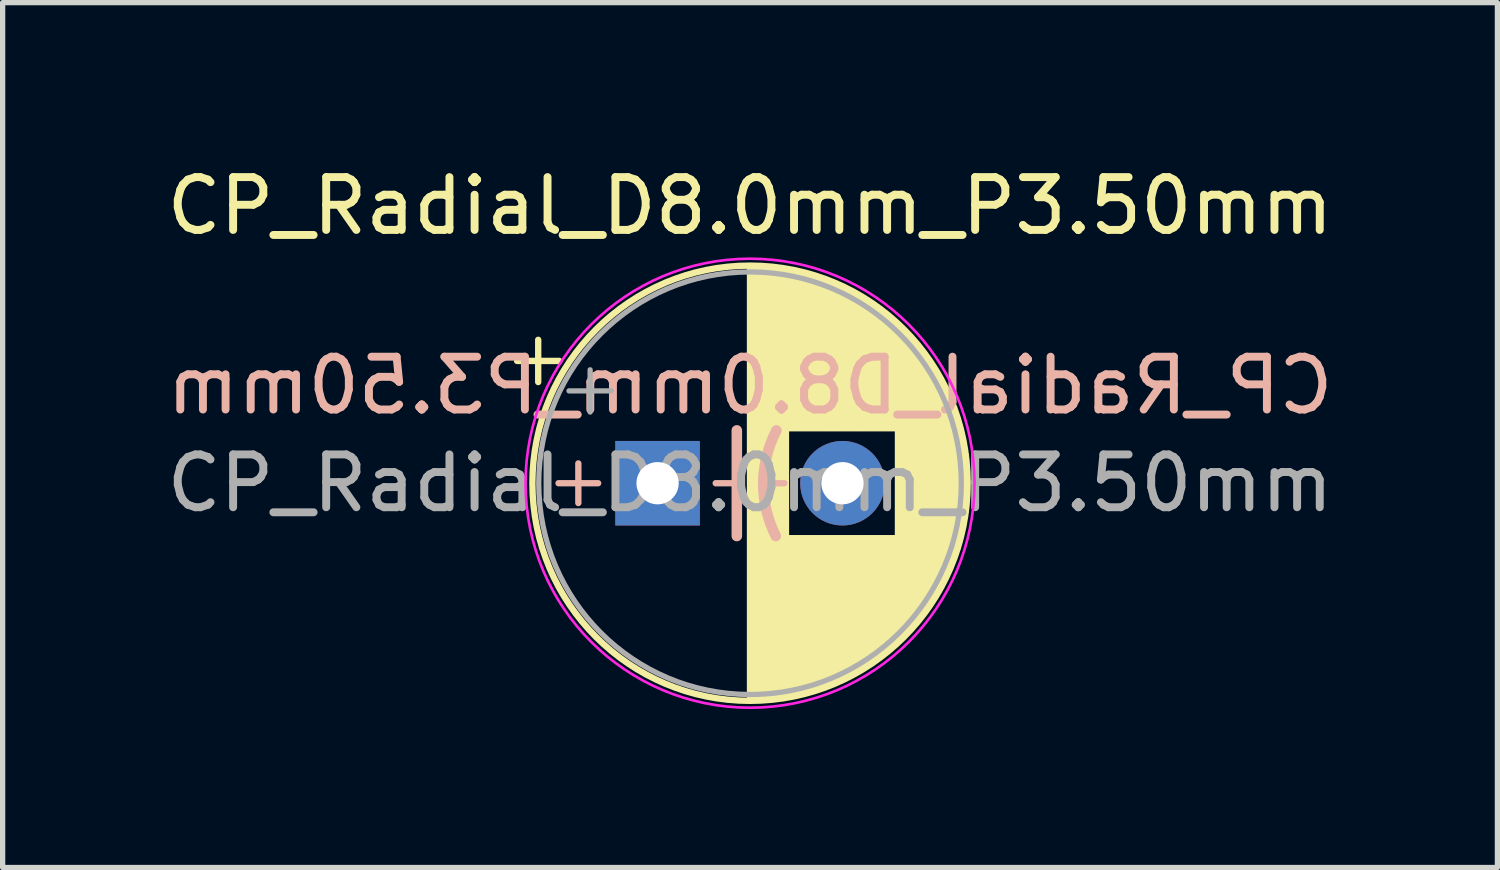
<source format=kicad_pcb>
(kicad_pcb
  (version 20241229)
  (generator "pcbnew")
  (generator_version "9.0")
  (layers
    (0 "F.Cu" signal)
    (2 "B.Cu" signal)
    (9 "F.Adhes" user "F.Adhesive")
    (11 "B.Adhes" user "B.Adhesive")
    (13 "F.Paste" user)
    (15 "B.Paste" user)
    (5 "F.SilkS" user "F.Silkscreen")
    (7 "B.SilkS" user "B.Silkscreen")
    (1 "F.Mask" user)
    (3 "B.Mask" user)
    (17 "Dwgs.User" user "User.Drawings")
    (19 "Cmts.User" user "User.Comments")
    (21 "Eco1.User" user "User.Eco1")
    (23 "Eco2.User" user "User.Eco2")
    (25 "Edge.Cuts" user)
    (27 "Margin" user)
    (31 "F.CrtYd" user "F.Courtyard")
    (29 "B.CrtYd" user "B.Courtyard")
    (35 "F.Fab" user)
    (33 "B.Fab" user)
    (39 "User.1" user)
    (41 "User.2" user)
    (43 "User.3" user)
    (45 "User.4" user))
  (footprint "CP_Radial_D8.0mm_P3.50mm"
    (layer "F.Cu")
    (at 9.399 6.098)
    (property "Reference" "CP_Radial_D8.0mm_P3.50mm" (at 1.75 -5.25 0) (layer "F.SilkS") (effects (font (size 1 1) (thickness 0.15))))
    (fp_line (start -2.66 -2.315) (end -1.86 -2.315) (stroke (width 0.12) (type solid)) (layer "F.SilkS"))
    (fp_line (start -2.26 -2.715) (end -2.26 -1.915) (stroke (width 0.12) (type solid)) (layer "F.SilkS"))
    (fp_line (start 1.75 -4.08) (end 1.75 4.08) (stroke (width 0.12) (type solid)) (layer "F.SilkS"))
    (fp_line (start 1.79 -4.08) (end 1.79 4.08) (stroke (width 0.12) (type solid)) (layer "F.SilkS"))
    (fp_line (start 1.83 -4.08) (end 1.83 4.08) (stroke (width 0.12) (type solid)) (layer "F.SilkS"))
    (fp_line (start 1.87 -4.079) (end 1.87 4.079) (stroke (width 0.12) (type solid)) (layer "F.SilkS"))
    (fp_line (start 1.91 -4.077) (end 1.91 4.077) (stroke (width 0.12) (type solid)) (layer "F.SilkS"))
    (fp_line (start 1.95 -4.076) (end 1.95 4.076) (stroke (width 0.12) (type solid)) (layer "F.SilkS"))
    (fp_line (start 1.99 -4.074) (end 1.99 4.074) (stroke (width 0.12) (type solid)) (layer "F.SilkS"))
    (fp_line (start 2.03 -4.071) (end 2.03 4.071) (stroke (width 0.12) (type solid)) (layer "F.SilkS"))
    (fp_line (start 2.07 -4.068) (end 2.07 4.068) (stroke (width 0.12) (type solid)) (layer "F.SilkS"))
    (fp_line (start 2.11 -4.065) (end 2.11 4.065) (stroke (width 0.12) (type solid)) (layer "F.SilkS"))
    (fp_line (start 2.15 -4.061) (end 2.15 4.061) (stroke (width 0.12) (type solid)) (layer "F.SilkS"))
    (fp_line (start 2.19 -4.057) (end 2.19 4.057) (stroke (width 0.12) (type solid)) (layer "F.SilkS"))
    (fp_line (start 2.23 -4.052) (end 2.23 4.052) (stroke (width 0.12) (type solid)) (layer "F.SilkS"))
    (fp_line (start 2.27 -4.048) (end 2.27 4.048) (stroke (width 0.12) (type solid)) (layer "F.SilkS"))
    (fp_line (start 2.31 -4.042) (end 2.31 4.042) (stroke (width 0.12) (type solid)) (layer "F.SilkS"))
    (fp_line (start 2.35 -4.037) (end 2.35 4.037) (stroke (width 0.12) (type solid)) (layer "F.SilkS"))
    (fp_line (start 2.39 -4.03) (end 2.39 4.03) (stroke (width 0.12) (type solid)) (layer "F.SilkS"))
    (fp_line (start 2.43 -4.024) (end 2.43 4.024) (stroke (width 0.12) (type solid)) (layer "F.SilkS"))
    (fp_line (start 2.471 -4.017) (end 2.471 -1.04) (stroke (width 0.12) (type solid)) (layer "F.SilkS"))
    (fp_line (start 2.471 1.04) (end 2.471 4.017) (stroke (width 0.12) (type solid)) (layer "F.SilkS"))
    (fp_line (start 2.511 -4.01) (end 2.511 -1.04) (stroke (width 0.12) (type solid)) (layer "F.SilkS"))
    (fp_line (start 2.511 1.04) (end 2.511 4.01) (stroke (width 0.12) (type solid)) (layer "F.SilkS"))
    (fp_line (start 2.551 -4.002) (end 2.551 -1.04) (stroke (width 0.12) (type solid)) (layer "F.SilkS"))
    (fp_line (start 2.551 1.04) (end 2.551 4.002) (stroke (width 0.12) (type solid)) (layer "F.SilkS"))
    (fp_line (start 2.591 -3.994) (end 2.591 -1.04) (stroke (width 0.12) (type solid)) (layer "F.SilkS"))
    (fp_line (start 2.591 1.04) (end 2.591 3.994) (stroke (width 0.12) (type solid)) (layer "F.SilkS"))
    (fp_line (start 2.631 -3.985) (end 2.631 -1.04) (stroke (width 0.12) (type solid)) (layer "F.SilkS"))
    (fp_line (start 2.631 1.04) (end 2.631 3.985) (stroke (width 0.12) (type solid)) (layer "F.SilkS"))
    (fp_line (start 2.671 -3.976) (end 2.671 -1.04) (stroke (width 0.12) (type solid)) (layer "F.SilkS"))
    (fp_line (start 2.671 1.04) (end 2.671 3.976) (stroke (width 0.12) (type solid)) (layer "F.SilkS"))
    (fp_line (start 2.711 -3.967) (end 2.711 -1.04) (stroke (width 0.12) (type solid)) (layer "F.SilkS"))
    (fp_line (start 2.711 1.04) (end 2.711 3.967) (stroke (width 0.12) (type solid)) (layer "F.SilkS"))
    (fp_line (start 2.751 -3.957) (end 2.751 -1.04) (stroke (width 0.12) (type solid)) (layer "F.SilkS"))
    (fp_line (start 2.751 1.04) (end 2.751 3.957) (stroke (width 0.12) (type solid)) (layer "F.SilkS"))
    (fp_line (start 2.791 -3.947) (end 2.791 -1.04) (stroke (width 0.12) (type solid)) (layer "F.SilkS"))
    (fp_line (start 2.791 1.04) (end 2.791 3.947) (stroke (width 0.12) (type solid)) (layer "F.SilkS"))
    (fp_line (start 2.831 -3.936) (end 2.831 -1.04) (stroke (width 0.12) (type solid)) (layer "F.SilkS"))
    (fp_line (start 2.831 1.04) (end 2.831 3.936) (stroke (width 0.12) (type solid)) (layer "F.SilkS"))
    (fp_line (start 2.871 -3.925) (end 2.871 -1.04) (stroke (width 0.12) (type solid)) (layer "F.SilkS"))
    (fp_line (start 2.871 1.04) (end 2.871 3.925) (stroke (width 0.12) (type solid)) (layer "F.SilkS"))
    (fp_line (start 2.911 -3.914) (end 2.911 -1.04) (stroke (width 0.12) (type solid)) (layer "F.SilkS"))
    (fp_line (start 2.911 1.04) (end 2.911 3.914) (stroke (width 0.12) (type solid)) (layer "F.SilkS"))
    (fp_line (start 2.951 -3.902) (end 2.951 -1.04) (stroke (width 0.12) (type solid)) (layer "F.SilkS"))
    (fp_line (start 2.951 1.04) (end 2.951 3.902) (stroke (width 0.12) (type solid)) (layer "F.SilkS"))
    (fp_line (start 2.991 -3.889) (end 2.991 -1.04) (stroke (width 0.12) (type solid)) (layer "F.SilkS"))
    (fp_line (start 2.991 1.04) (end 2.991 3.889) (stroke (width 0.12) (type solid)) (layer "F.SilkS"))
    (fp_line (start 3.031 -3.877) (end 3.031 -1.04) (stroke (width 0.12) (type solid)) (layer "F.SilkS"))
    (fp_line (start 3.031 1.04) (end 3.031 3.877) (stroke (width 0.12) (type solid)) (layer "F.SilkS"))
    (fp_line (start 3.071 -3.863) (end 3.071 -1.04) (stroke (width 0.12) (type solid)) (layer "F.SilkS"))
    (fp_line (start 3.071 1.04) (end 3.071 3.863) (stroke (width 0.12) (type solid)) (layer "F.SilkS"))
    (fp_line (start 3.111 -3.85) (end 3.111 -1.04) (stroke (width 0.12) (type solid)) (layer "F.SilkS"))
    (fp_line (start 3.111 1.04) (end 3.111 3.85) (stroke (width 0.12) (type solid)) (layer "F.SilkS"))
    (fp_line (start 3.151 -3.835) (end 3.151 -1.04) (stroke (width 0.12) (type solid)) (layer "F.SilkS"))
    (fp_line (start 3.151 1.04) (end 3.151 3.835) (stroke (width 0.12) (type solid)) (layer "F.SilkS"))
    (fp_line (start 3.191 -3.821) (end 3.191 -1.04) (stroke (width 0.12) (type solid)) (layer "F.SilkS"))
    (fp_line (start 3.191 1.04) (end 3.191 3.821) (stroke (width 0.12) (type solid)) (layer "F.SilkS"))
    (fp_line (start 3.231 -3.805) (end 3.231 -1.04) (stroke (width 0.12) (type solid)) (layer "F.SilkS"))
    (fp_line (start 3.231 1.04) (end 3.231 3.805) (stroke (width 0.12) (type solid)) (layer "F.SilkS"))
    (fp_line (start 3.271 -3.79) (end 3.271 -1.04) (stroke (width 0.12) (type solid)) (layer "F.SilkS"))
    (fp_line (start 3.271 1.04) (end 3.271 3.79) (stroke (width 0.12) (type solid)) (layer "F.SilkS"))
    (fp_line (start 3.311 -3.774) (end 3.311 -1.04) (stroke (width 0.12) (type solid)) (layer "F.SilkS"))
    (fp_line (start 3.311 1.04) (end 3.311 3.774) (stroke (width 0.12) (type solid)) (layer "F.SilkS"))
    (fp_line (start 3.351 -3.757) (end 3.351 -1.04) (stroke (width 0.12) (type solid)) (layer "F.SilkS"))
    (fp_line (start 3.351 1.04) (end 3.351 3.757) (stroke (width 0.12) (type solid)) (layer "F.SilkS"))
    (fp_line (start 3.391 -3.74) (end 3.391 -1.04) (stroke (width 0.12) (type solid)) (layer "F.SilkS"))
    (fp_line (start 3.391 1.04) (end 3.391 3.74) (stroke (width 0.12) (type solid)) (layer "F.SilkS"))
    (fp_line (start 3.431 -3.722) (end 3.431 -1.04) (stroke (width 0.12) (type solid)) (layer "F.SilkS"))
    (fp_line (start 3.431 1.04) (end 3.431 3.722) (stroke (width 0.12) (type solid)) (layer "F.SilkS"))
    (fp_line (start 3.471 -3.704) (end 3.471 -1.04) (stroke (width 0.12) (type solid)) (layer "F.SilkS"))
    (fp_line (start 3.471 1.04) (end 3.471 3.704) (stroke (width 0.12) (type solid)) (layer "F.SilkS"))
    (fp_line (start 3.511 -3.686) (end 3.511 -1.04) (stroke (width 0.12) (type solid)) (layer "F.SilkS"))
    (fp_line (start 3.511 1.04) (end 3.511 3.686) (stroke (width 0.12) (type solid)) (layer "F.SilkS"))
    (fp_line (start 3.551 -3.666) (end 3.551 -1.04) (stroke (width 0.12) (type solid)) (layer "F.SilkS"))
    (fp_line (start 3.551 1.04) (end 3.551 3.666) (stroke (width 0.12) (type solid)) (layer "F.SilkS"))
    (fp_line (start 3.591 -3.647) (end 3.591 -1.04) (stroke (width 0.12) (type solid)) (layer "F.SilkS"))
    (fp_line (start 3.591 1.04) (end 3.591 3.647) (stroke (width 0.12) (type solid)) (layer "F.SilkS"))
    (fp_line (start 3.631 -3.627) (end 3.631 -1.04) (stroke (width 0.12) (type solid)) (layer "F.SilkS"))
    (fp_line (start 3.631 1.04) (end 3.631 3.627) (stroke (width 0.12) (type solid)) (layer "F.SilkS"))
    (fp_line (start 3.671 -3.606) (end 3.671 -1.04) (stroke (width 0.12) (type solid)) (layer "F.SilkS"))
    (fp_line (start 3.671 1.04) (end 3.671 3.606) (stroke (width 0.12) (type solid)) (layer "F.SilkS"))
    (fp_line (start 3.711 -3.584) (end 3.711 -1.04) (stroke (width 0.12) (type solid)) (layer "F.SilkS"))
    (fp_line (start 3.711 1.04) (end 3.711 3.584) (stroke (width 0.12) (type solid)) (layer "F.SilkS"))
    (fp_line (start 3.751 -3.562) (end 3.751 -1.04) (stroke (width 0.12) (type solid)) (layer "F.SilkS"))
    (fp_line (start 3.751 1.04) (end 3.751 3.562) (stroke (width 0.12) (type solid)) (layer "F.SilkS"))
    (fp_line (start 3.791 -3.54) (end 3.791 -1.04) (stroke (width 0.12) (type solid)) (layer "F.SilkS"))
    (fp_line (start 3.791 1.04) (end 3.791 3.54) (stroke (width 0.12) (type solid)) (layer "F.SilkS"))
    (fp_line (start 3.831 -3.517) (end 3.831 -1.04) (stroke (width 0.12) (type solid)) (layer "F.SilkS"))
    (fp_line (start 3.831 1.04) (end 3.831 3.517) (stroke (width 0.12) (type solid)) (layer "F.SilkS"))
    (fp_line (start 3.871 -3.493) (end 3.871 -1.04) (stroke (width 0.12) (type solid)) (layer "F.SilkS"))
    (fp_line (start 3.871 1.04) (end 3.871 3.493) (stroke (width 0.12) (type solid)) (layer "F.SilkS"))
    (fp_line (start 3.911 -3.469) (end 3.911 -1.04) (stroke (width 0.12) (type solid)) (layer "F.SilkS"))
    (fp_line (start 3.911 1.04) (end 3.911 3.469) (stroke (width 0.12) (type solid)) (layer "F.SilkS"))
    (fp_line (start 3.951 -3.444) (end 3.951 -1.04) (stroke (width 0.12) (type solid)) (layer "F.SilkS"))
    (fp_line (start 3.951 1.04) (end 3.951 3.444) (stroke (width 0.12) (type solid)) (layer "F.SilkS"))
    (fp_line (start 3.991 -3.418) (end 3.991 -1.04) (stroke (width 0.12) (type solid)) (layer "F.SilkS"))
    (fp_line (start 3.991 1.04) (end 3.991 3.418) (stroke (width 0.12) (type solid)) (layer "F.SilkS"))
    (fp_line (start 4.031 -3.392) (end 4.031 -1.04) (stroke (width 0.12) (type solid)) (layer "F.SilkS"))
    (fp_line (start 4.031 1.04) (end 4.031 3.392) (stroke (width 0.12) (type solid)) (layer "F.SilkS"))
    (fp_line (start 4.071 -3.365) (end 4.071 -1.04) (stroke (width 0.12) (type solid)) (layer "F.SilkS"))
    (fp_line (start 4.071 1.04) (end 4.071 3.365) (stroke (width 0.12) (type solid)) (layer "F.SilkS"))
    (fp_line (start 4.111 -3.338) (end 4.111 -1.04) (stroke (width 0.12) (type solid)) (layer "F.SilkS"))
    (fp_line (start 4.111 1.04) (end 4.111 3.338) (stroke (width 0.12) (type solid)) (layer "F.SilkS"))
    (fp_line (start 4.151 -3.309) (end 4.151 -1.04) (stroke (width 0.12) (type solid)) (layer "F.SilkS"))
    (fp_line (start 4.151 1.04) (end 4.151 3.309) (stroke (width 0.12) (type solid)) (layer "F.SilkS"))
    (fp_line (start 4.191 -3.28) (end 4.191 -1.04) (stroke (width 0.12) (type solid)) (layer "F.SilkS"))
    (fp_line (start 4.191 1.04) (end 4.191 3.28) (stroke (width 0.12) (type solid)) (layer "F.SilkS"))
    (fp_line (start 4.231 -3.25) (end 4.231 -1.04) (stroke (width 0.12) (type solid)) (layer "F.SilkS"))
    (fp_line (start 4.231 1.04) (end 4.231 3.25) (stroke (width 0.12) (type solid)) (layer "F.SilkS"))
    (fp_line (start 4.271 -3.22) (end 4.271 -1.04) (stroke (width 0.12) (type solid)) (layer "F.SilkS"))
    (fp_line (start 4.271 1.04) (end 4.271 3.22) (stroke (width 0.12) (type solid)) (layer "F.SilkS"))
    (fp_line (start 4.311 -3.189) (end 4.311 -1.04) (stroke (width 0.12) (type solid)) (layer "F.SilkS"))
    (fp_line (start 4.311 1.04) (end 4.311 3.189) (stroke (width 0.12) (type solid)) (layer "F.SilkS"))
    (fp_line (start 4.351 -3.156) (end 4.351 -1.04) (stroke (width 0.12) (type solid)) (layer "F.SilkS"))
    (fp_line (start 4.351 1.04) (end 4.351 3.156) (stroke (width 0.12) (type solid)) (layer "F.SilkS"))
    (fp_line (start 4.391 -3.124) (end 4.391 -1.04) (stroke (width 0.12) (type solid)) (layer "F.SilkS"))
    (fp_line (start 4.391 1.04) (end 4.391 3.124) (stroke (width 0.12) (type solid)) (layer "F.SilkS"))
    (fp_line (start 4.431 -3.09) (end 4.431 -1.04) (stroke (width 0.12) (type solid)) (layer "F.SilkS"))
    (fp_line (start 4.431 1.04) (end 4.431 3.09) (stroke (width 0.12) (type solid)) (layer "F.SilkS"))
    (fp_line (start 4.471 -3.055) (end 4.471 -1.04) (stroke (width 0.12) (type solid)) (layer "F.SilkS"))
    (fp_line (start 4.471 1.04) (end 4.471 3.055) (stroke (width 0.12) (type solid)) (layer "F.SilkS"))
    (fp_line (start 4.511 -3.019) (end 4.511 -1.04) (stroke (width 0.12) (type solid)) (layer "F.SilkS"))
    (fp_line (start 4.511 1.04) (end 4.511 3.019) (stroke (width 0.12) (type solid)) (layer "F.SilkS"))
    (fp_line (start 4.551 -2.983) (end 4.551 2.983) (stroke (width 0.12) (type solid)) (layer "F.SilkS"))
    (fp_line (start 4.591 -2.945) (end 4.591 2.945) (stroke (width 0.12) (type solid)) (layer "F.SilkS"))
    (fp_line (start 4.631 -2.907) (end 4.631 2.907) (stroke (width 0.12) (type solid)) (layer "F.SilkS"))
    (fp_line (start 4.671 -2.867) (end 4.671 2.867) (stroke (width 0.12) (type solid)) (layer "F.SilkS"))
    (fp_line (start 4.711 -2.826) (end 4.711 2.826) (stroke (width 0.12) (type solid)) (layer "F.SilkS"))
    (fp_line (start 4.751 -2.784) (end 4.751 2.784) (stroke (width 0.12) (type solid)) (layer "F.SilkS"))
    (fp_line (start 4.791 -2.741) (end 4.791 2.741) (stroke (width 0.12) (type solid)) (layer "F.SilkS"))
    (fp_line (start 4.831 -2.697) (end 4.831 2.697) (stroke (width 0.12) (type solid)) (layer "F.SilkS"))
    (fp_line (start 4.871 -2.651) (end 4.871 2.651) (stroke (width 0.12) (type solid)) (layer "F.SilkS"))
    (fp_line (start 4.911 -2.604) (end 4.911 2.604) (stroke (width 0.12) (type solid)) (layer "F.SilkS"))
    (fp_line (start 4.951 -2.556) (end 4.951 2.556) (stroke (width 0.12) (type solid)) (layer "F.SilkS"))
    (fp_line (start 4.991 -2.505) (end 4.991 2.505) (stroke (width 0.12) (type solid)) (layer "F.SilkS"))
    (fp_line (start 5.031 -2.454) (end 5.031 2.454) (stroke (width 0.12) (type solid)) (layer "F.SilkS"))
    (fp_line (start 5.071 -2.4) (end 5.071 2.4) (stroke (width 0.12) (type solid)) (layer "F.SilkS"))
    (fp_line (start 5.111 -2.345) (end 5.111 2.345) (stroke (width 0.12) (type solid)) (layer "F.SilkS"))
    (fp_line (start 5.151 -2.287) (end 5.151 2.287) (stroke (width 0.12) (type solid)) (layer "F.SilkS"))
    (fp_line (start 5.191 -2.228) (end 5.191 2.228) (stroke (width 0.12) (type solid)) (layer "F.SilkS"))
    (fp_line (start 5.231 -2.166) (end 5.231 2.166) (stroke (width 0.12) (type solid)) (layer "F.SilkS"))
    (fp_line (start 5.271 -2.102) (end 5.271 2.102) (stroke (width 0.12) (type solid)) (layer "F.SilkS"))
    (fp_line (start 5.311 -2.034) (end 5.311 2.034) (stroke (width 0.12) (type solid)) (layer "F.SilkS"))
    (fp_line (start 5.351 -1.964) (end 5.351 1.964) (stroke (width 0.12) (type solid)) (layer "F.SilkS"))
    (fp_line (start 5.391 -1.89) (end 5.391 1.89) (stroke (width 0.12) (type solid)) (layer "F.SilkS"))
    (fp_line (start 5.431 -1.813) (end 5.431 1.813) (stroke (width 0.12) (type solid)) (layer "F.SilkS"))
    (fp_line (start 5.471 -1.731) (end 5.471 1.731) (stroke (width 0.12) (type solid)) (layer "F.SilkS"))
    (fp_line (start 5.511 -1.645) (end 5.511 1.645) (stroke (width 0.12) (type solid)) (layer "F.SilkS"))
    (fp_line (start 5.551 -1.552) (end 5.551 1.552) (stroke (width 0.12) (type solid)) (layer "F.SilkS"))
    (fp_line (start 5.591 -1.453) (end 5.591 1.453) (stroke (width 0.12) (type solid)) (layer "F.SilkS"))
    (fp_line (start 5.631 -1.346) (end 5.631 1.346) (stroke (width 0.12) (type solid)) (layer "F.SilkS"))
    (fp_line (start 5.671 -1.229) (end 5.671 1.229) (stroke (width 0.12) (type solid)) (layer "F.SilkS"))
    (fp_line (start 5.711 -1.098) (end 5.711 1.098) (stroke (width 0.12) (type solid)) (layer "F.SilkS"))
    (fp_line (start 5.751 -0.948) (end 5.751 0.948) (stroke (width 0.12) (type solid)) (layer "F.SilkS"))
    (fp_line (start 5.791 -0.768) (end 5.791 0.768) (stroke (width 0.12) (type solid)) (layer "F.SilkS"))
    (fp_line (start 5.831 -0.533) (end 5.831 0.533) (stroke (width 0.12) (type solid)) (layer "F.SilkS"))
    (fp_circle (center 1.75 0) (end 5.87 0) (stroke (width 0.12) (type solid)) (fill no) (layer "F.SilkS"))
    (fp_line (start -1.5 -0.375) (end -1.5 0.375) (stroke (width 0.12) (type solid)) (layer "B.SilkS"))
    (fp_line (start -1.125 0) (end -1.875 0) (stroke (width 0.12) (type solid)) (layer "B.SilkS"))
    (fp_line (start 1.1 0) (end 1.5 0) (stroke (width 0.12) (type solid)) (layer "B.SilkS"))
    (fp_line (start 1.5 1) (end 1.5 -1) (stroke (width 0.2) (type solid)) (layer "B.SilkS"))
    (fp_line (start 2.4 0) (end 2 0) (stroke (width 0.12) (type solid)) (layer "B.SilkS"))
    (fp_arc (start 2 0) (mid 2.066707 -0.514573) (end 2.25 -1) (stroke (width 0.2) (type solid)) (layer "B.SilkS"))
    (fp_arc (start 2.237539 1) (mid 2.060248 0.513901) (end 2 0) (stroke (width 0.2) (type solid)) (layer "B.SilkS"))
    (fp_circle (center 1.75 0) (end 6 0) (stroke (width 0.05) (type solid)) (fill no) (layer "F.CrtYd"))
    (fp_line (start -1.677 -1.748) (end -0.877 -1.748) (stroke (width 0.1) (type solid)) (layer "F.Fab"))
    (fp_line (start -1.277 -2.147) (end -1.277 -1.347) (stroke (width 0.1) (type solid)) (layer "F.Fab"))
    (fp_circle (center 1.75 0) (end 5.75 0) (stroke (width 0.1) (type solid)) (fill no) (layer "F.Fab"))
    (fp_text user "${REFERENCE}" (at 1.75 -1.85 0) (layer "B.SilkS") (effects (font (size 1 1) (thickness 0.15)) (justify mirror)))
    (fp_text user "${REFERENCE}" (at 1.75 0 0) (layer "F.Fab") (effects (font (size 1 1) (thickness 0.15))))
    (pad "1" thru_hole rect (at 0 0) (size 1.6 1.6) (drill 0.8) (layers "*.Cu" "*.Mask"))
    (pad "2" thru_hole circle (at 3.5 0) (size 1.6 1.6) (drill 0.8) (layers "*.Cu" "*.Mask")))
  (gr_rect
    (start -3 -3)
    (end 25.298 13.373)
    (stroke (width 0.1) (type default))
    (fill no)
    (layer "Edge.Cuts")))
</source>
